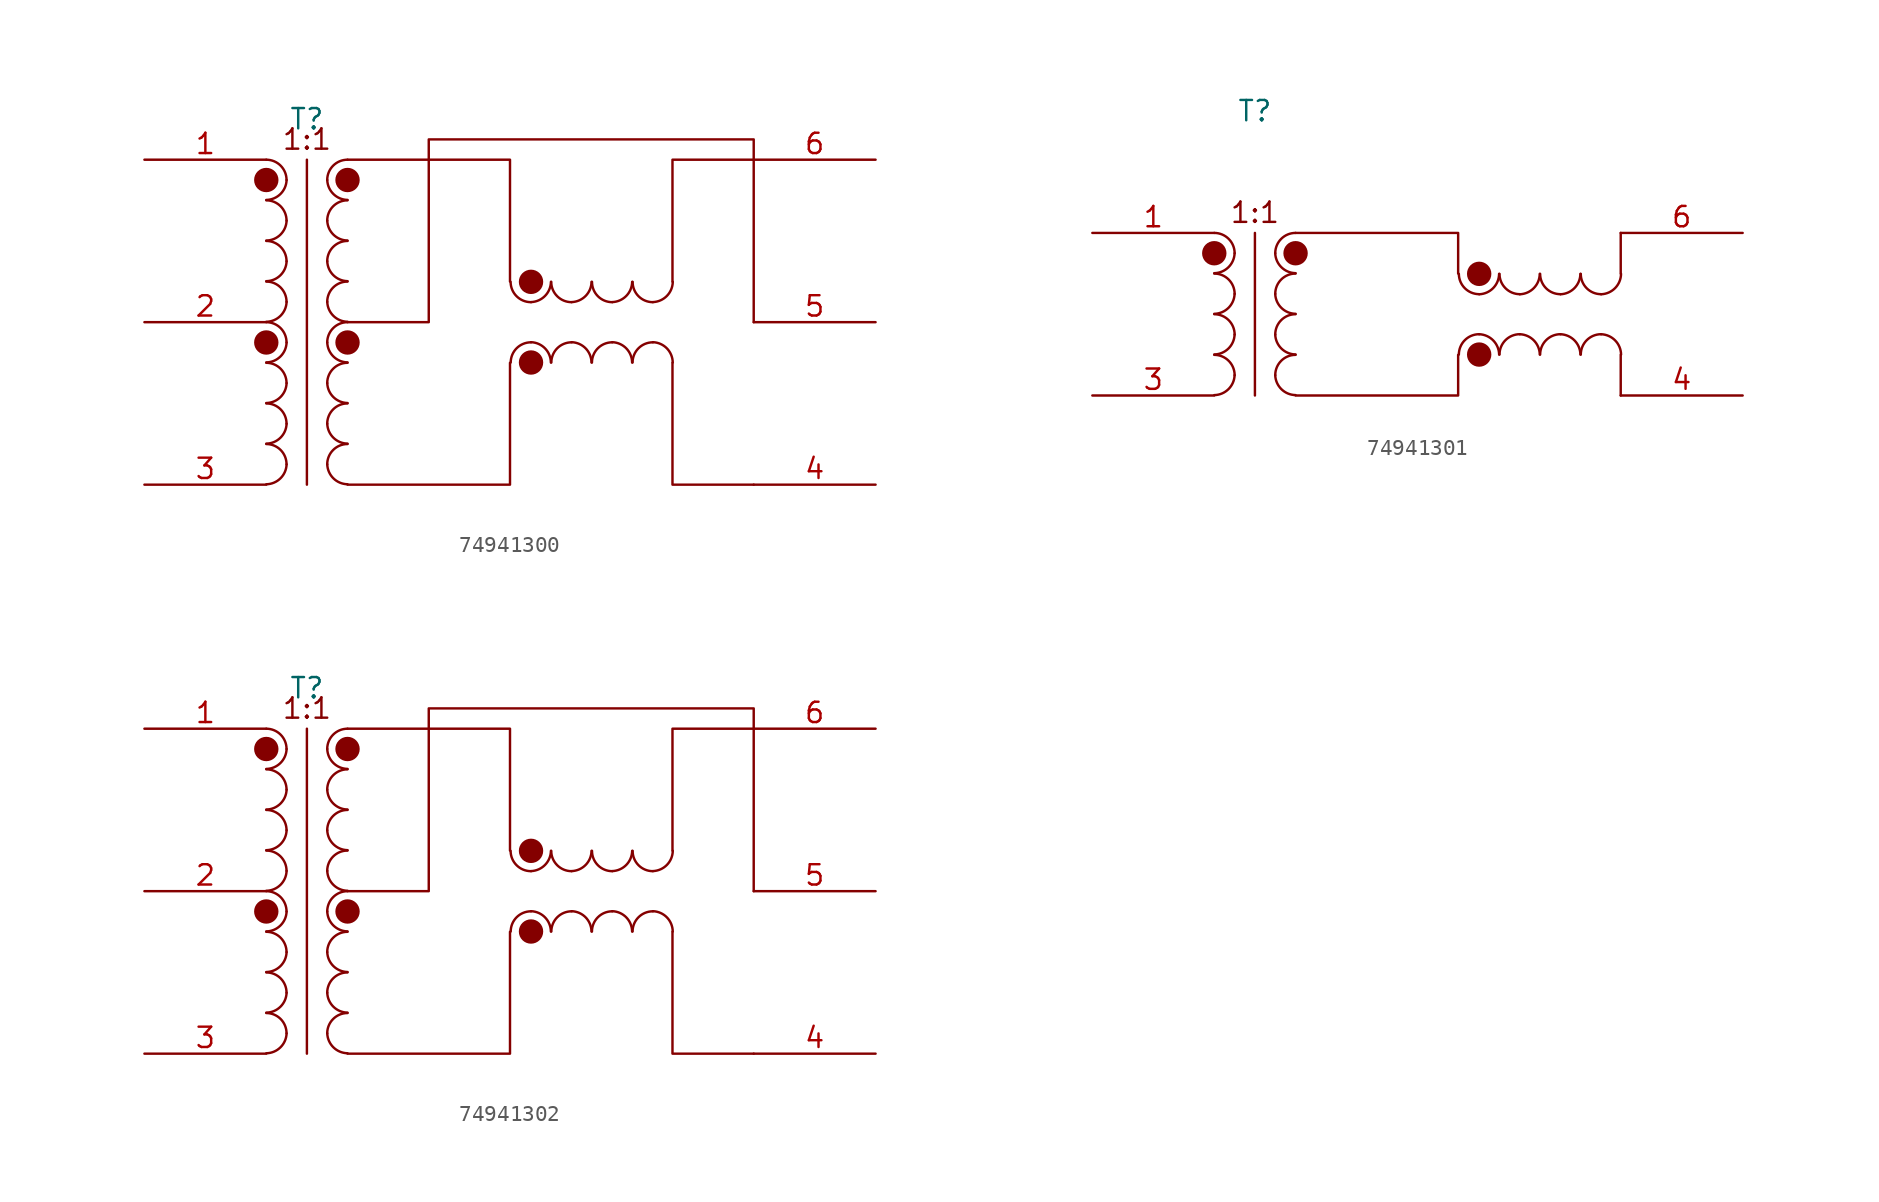
<source format=kicad_sym>
(kicad_symbol_lib
  (version 20220914)
  (generator kicad_symbol_editor)
  (symbol "74941300"
    (pin_names hide)
    (property "Reference" "T"
      (at 0 12.7 0)
      (effects (font (size 1.27 1.27))))
    (property "Critical Parameter" ""
      (at 0 -5.08 0)
      (effects (font (size 1.27 1.27)) (justify left)))
    (symbol "74941300_0_1"
      (arc (start -2.54 -10.1346) (mid -1.6561 -9.7663) (end -1.27 -8.89) (stroke (width 0) (type default)) (fill (type none)))
      (arc (start -2.54 -7.5946) (mid -1.6561 -7.2263) (end -1.27 -6.35) (stroke (width 0) (type default)) (fill (type none)))
      (arc (start -2.54 -5.0546) (mid -1.6561 -4.6863) (end -1.27 -3.81) (stroke (width 0) (type default)) (fill (type none)))
      (arc (start -2.54 -2.5146) (mid -1.6561 -2.1463) (end -1.27 -1.27) (stroke (width 0) (type default)) (fill (type none)))
      (arc (start -2.54 0.0254) (mid -1.6561 0.3937) (end -1.27 1.27) (stroke (width 0) (type default)) (fill (type none)))
      (arc (start -2.54 2.5654) (mid -1.6561 2.9337) (end -1.27 3.81) (stroke (width 0) (type default)) (fill (type none)))
      (arc (start -2.54 5.1054) (mid -1.6561 5.4737) (end -1.27 6.35) (stroke (width 0) (type default)) (fill (type none)))
      (arc (start -2.54 7.6454) (mid -1.6561 8.0137) (end -1.27 8.89) (stroke (width 0) (type default)) (fill (type none)))
      (arc (start -1.27 -8.89) (mid -1.642 -7.992) (end -2.54 -7.62) (stroke (width 0) (type default)) (fill (type none)))
      (arc (start -1.27 -6.35) (mid -1.642 -5.452) (end -2.54 -5.08) (stroke (width 0) (type default)) (fill (type none)))
      (arc (start -1.27 -3.81) (mid -1.642 -2.912) (end -2.54 -2.54) (stroke (width 0) (type default)) (fill (type none)))
      (arc (start -1.27 -1.27) (mid -1.642 -0.372) (end -2.54 0) (stroke (width 0) (type default)) (fill (type none)))
      (arc (start -1.27 1.27) (mid -1.642 2.168) (end -2.54 2.54) (stroke (width 0) (type default)) (fill (type none)))
      (arc (start -1.27 3.81) (mid -1.642 4.708) (end -2.54 5.08) (stroke (width 0) (type default)) (fill (type none)))
      (arc (start -1.27 6.35) (mid -1.642 7.248) (end -2.54 7.62) (stroke (width 0) (type default)) (fill (type none)))
      (arc (start -1.27 8.89) (mid -1.642 9.788) (end -2.54 10.16) (stroke (width 0) (type default)) (fill (type none)))
      (polyline (pts (xy 0 -10.16) (xy 0 10.16)) (stroke (width 0) (type default)) (fill (type none)))
      (polyline (pts (xy 2.54 -10.16) (xy 12.7 -10.16) (xy 12.7 -2.54)) (stroke (width 0) (type default)) (fill (type none)))
      (polyline (pts (xy 2.54 10.16) (xy 12.7 10.16) (xy 12.7 2.54)) (stroke (width 0) (type default)) (fill (type none)))
      (polyline (pts (xy 22.86 -2.54) (xy 22.86 -10.16) (xy 27.94 -10.16)) (stroke (width 0) (type default)) (fill (type none)))
      (polyline (pts (xy 22.86 2.54) (xy 22.86 10.16) (xy 27.94 10.16)) (stroke (width 0) (type default)) (fill (type none)))
      (polyline (pts (xy 2.54 0) (xy 7.62 0) (xy 7.62 11.43) (xy 27.94 11.43) (xy 27.94 0)) (stroke (width 0) (type default)) (fill (type none)))
      (arc (start 1.27 -8.89) (mid 1.6561 -9.7663) (end 2.54 -10.1346) (stroke (width 0) (type default)) (fill (type none)))
      (arc (start 1.27 -6.35) (mid 1.6561 -7.2263) (end 2.54 -7.5946) (stroke (width 0) (type default)) (fill (type none)))
      (arc (start 1.27 -3.81) (mid 1.6561 -4.6863) (end 2.54 -5.0546) (stroke (width 0) (type default)) (fill (type none)))
      (arc (start 1.27 -1.27) (mid 1.6561 -2.1463) (end 2.54 -2.5146) (stroke (width 0) (type default)) (fill (type none)))
      (arc (start 1.27 1.27) (mid 1.6561 0.3937) (end 2.54 0.0254) (stroke (width 0) (type default)) (fill (type none)))
      (arc (start 1.27 3.81) (mid 1.6561 2.9337) (end 2.54 2.5654) (stroke (width 0) (type default)) (fill (type none)))
      (arc (start 1.27 6.35) (mid 1.6561 5.4737) (end 2.54 5.1054) (stroke (width 0) (type default)) (fill (type none)))
      (arc (start 1.27 8.89) (mid 1.6561 8.0137) (end 2.54 7.6454) (stroke (width 0) (type default)) (fill (type none)))
      (arc (start 2.54 -7.62) (mid 1.642 -7.992) (end 1.27 -8.89) (stroke (width 0) (type default)) (fill (type none)))
      (arc (start 2.54 -5.08) (mid 1.642 -5.452) (end 1.27 -6.35) (stroke (width 0) (type default)) (fill (type none)))
      (arc (start 2.54 -2.54) (mid 1.642 -2.912) (end 1.27 -3.81) (stroke (width 0) (type default)) (fill (type none)))
      (arc (start 2.54 0) (mid 1.642 -0.372) (end 1.27 -1.27) (stroke (width 0) (type default)) (fill (type none)))
      (arc (start 2.54 2.54) (mid 1.642 2.168) (end 1.27 1.27) (stroke (width 0) (type default)) (fill (type none)))
      (arc (start 2.54 5.08) (mid 1.642 4.708) (end 1.27 3.81) (stroke (width 0) (type default)) (fill (type none)))
      (arc (start 2.54 7.62) (mid 1.642 7.248) (end 1.27 6.35) (stroke (width 0) (type default)) (fill (type none)))
      (arc (start 2.54 10.16) (mid 1.642 9.788) (end 1.27 8.89) (stroke (width 0) (type default)) (fill (type none)))
      (arc (start 12.7445 2.5215) (mid 13.1165 1.6235) (end 14.0145 1.2515) (stroke (width 0) (type default)) (fill (type none)))
      (arc (start 14.0145 -1.2515) (mid 13.1165 -1.6235) (end 12.7445 -2.5215) (stroke (width 0) (type default)) (fill (type none)))
      (arc (start 14.0145 1.2515) (mid 14.8908 1.6376) (end 15.2591 2.5215) (stroke (width 0) (type default)) (fill (type none)))
      (arc (start 15.2591 -2.5215) (mid 14.8908 -1.6376) (end 14.0145 -1.2515) (stroke (width 0) (type default)) (fill (type none)))
      (arc (start 15.2845 2.5215) (mid 15.6565 1.6235) (end 16.5545 1.2515) (stroke (width 0) (type default)) (fill (type none)))
      (arc (start 16.5545 -1.2515) (mid 15.6565 -1.6235) (end 15.2845 -2.5215) (stroke (width 0) (type default)) (fill (type none)))
      (arc (start 16.5545 1.2515) (mid 17.4308 1.6376) (end 17.7991 2.5215) (stroke (width 0) (type default)) (fill (type none)))
      (arc (start 17.7991 -2.5215) (mid 17.4308 -1.6376) (end 16.5545 -1.2515) (stroke (width 0) (type default)) (fill (type none)))
      (arc (start 17.8245 2.5215) (mid 18.1965 1.6235) (end 19.0945 1.2515) (stroke (width 0) (type default)) (fill (type none)))
      (arc (start 19.0945 -1.2515) (mid 18.1965 -1.6235) (end 17.8245 -2.5215) (stroke (width 0) (type default)) (fill (type none)))
      (arc (start 19.0945 1.2515) (mid 19.9708 1.6376) (end 20.3391 2.5215) (stroke (width 0) (type default)) (fill (type none)))
      (arc (start 20.3391 -2.5215) (mid 19.9708 -1.6376) (end 19.0945 -1.2515) (stroke (width 0) (type default)) (fill (type none)))
      (arc (start 20.3645 2.5215) (mid 20.7365 1.6235) (end 21.6345 1.2515) (stroke (width 0) (type default)) (fill (type none)))
      (arc (start 21.6345 -1.2515) (mid 20.7365 -1.6235) (end 20.3645 -2.5215) (stroke (width 0) (type default)) (fill (type none)))
      (arc (start 21.6345 1.2515) (mid 22.5108 1.6376) (end 22.8791 2.5215) (stroke (width 0) (type default)) (fill (type none)))
      (arc (start 22.8791 -2.5215) (mid 22.5108 -1.6376) (end 21.6345 -1.2515) (stroke (width 0) (type default)) (fill (type none))))
    (symbol "74941300_1_1"
      (circle (center -2.54 -1.27) (radius 0.0001) (stroke (width 0.762) (type default)) (fill (type none)))
      (circle (center -2.54 8.89) (radius 0.0001) (stroke (width 0.762) (type default)) (fill (type none)))
      (circle (center 2.54 -1.27) (radius 0.0001) (stroke (width 0.762) (type default)) (fill (type none)))
      (circle (center 2.54 8.89) (radius 0.0001) (stroke (width 0.762) (type default)) (fill (type none)))
      (circle (center 14.014 -2.522) (radius 0.0001) (stroke (width 0.762) (type default)) (fill (type none)))
      (circle (center 14.014 2.522) (radius 0.0001) (stroke (width 0.762) (type default)) (fill (type none)))
      (text "1:1" (at 0 11.43 0) (effects (font (size 1.27 1.27))))
      (pin passive line (at -10.16 10.16 0) (length 7.62) (name "1" (effects (font (size 1.27 1.27)))) (number "1" (effects (font (size 1.27 1.27)))))
      (pin passive line (at -10.16 0 0) (length 7.62) (name "2" (effects (font (size 1.27 1.27)))) (number "2" (effects (font (size 1.27 1.27)))))
      (pin passive line (at -10.16 -10.16 0) (length 7.62) (name "3" (effects (font (size 1.27 1.27)))) (number "3" (effects (font (size 1.27 1.27)))))
      (pin passive line (at 35.56 -10.16 180) (length 7.62) (name "4" (effects (font (size 1.27 1.27)))) (number "4" (effects (font (size 1.27 1.27)))))
      (pin passive line (at 35.56 0 180) (length 7.62) (name "5" (effects (font (size 1.27 1.27)))) (number "5" (effects (font (size 1.27 1.27)))))
      (pin passive line (at 35.56 10.16 180) (length 7.62) (name "6" (effects (font (size 1.27 1.27)))) (number "6" (effects (font (size 1.27 1.27)))))))
  (symbol "74941301"
    (pin_names hide)
    (property "Reference" "T"
      (at 0 12.7 0)
      (effects (font (size 1.27 1.27))))
    (property "Critical Parameter" ""
      (at 0 -5.08 0)
      (effects (font (size 1.27 1.27)) (justify left)))
    (symbol "74941301_0_1"
      (arc (start -2.54 -5.0546) (mid -1.6561 -4.6863) (end -1.27 -3.81) (stroke (width 0) (type default)) (fill (type none)))
      (arc (start -2.54 -2.5146) (mid -1.6561 -2.1463) (end -1.27 -1.27) (stroke (width 0) (type default)) (fill (type none)))
      (arc (start -2.54 0.0254) (mid -1.6561 0.3937) (end -1.27 1.27) (stroke (width 0) (type default)) (fill (type none)))
      (arc (start -2.54 2.5654) (mid -1.6561 2.9337) (end -1.27 3.81) (stroke (width 0) (type default)) (fill (type none)))
      (arc (start -1.27 -3.81) (mid -1.642 -2.912) (end -2.54 -2.54) (stroke (width 0) (type default)) (fill (type none)))
      (arc (start -1.27 -1.27) (mid -1.642 -0.372) (end -2.54 0) (stroke (width 0) (type default)) (fill (type none)))
      (arc (start -1.27 1.27) (mid -1.642 2.168) (end -2.54 2.54) (stroke (width 0) (type default)) (fill (type none)))
      (arc (start -1.27 3.81) (mid -1.642 4.708) (end -2.54 5.08) (stroke (width 0) (type default)) (fill (type none)))
      (polyline (pts (xy 0 -5.08) (xy 0 5.08)) (stroke (width 0) (type default)) (fill (type none)))
      (arc (start 1.27 -3.81) (mid 1.6561 -4.6863) (end 2.54 -5.0546) (stroke (width 0) (type default)) (fill (type none)))
      (arc (start 1.27 -1.27) (mid 1.6561 -2.1463) (end 2.54 -2.5146) (stroke (width 0) (type default)) (fill (type none)))
      (arc (start 1.27 1.27) (mid 1.6561 0.3937) (end 2.54 0.0254) (stroke (width 0) (type default)) (fill (type none)))
      (arc (start 1.27 3.81) (mid 1.6561 2.9337) (end 2.54 2.5654) (stroke (width 0) (type default)) (fill (type none)))
      (arc (start 2.54 -2.54) (mid 1.642 -2.912) (end 1.27 -3.81) (stroke (width 0) (type default)) (fill (type none)))
      (arc (start 2.54 0) (mid 1.642 -0.372) (end 1.27 -1.27) (stroke (width 0) (type default)) (fill (type none)))
      (arc (start 2.54 2.54) (mid 1.642 2.168) (end 1.27 1.27) (stroke (width 0) (type default)) (fill (type none)))
      (arc (start 2.54 5.08) (mid 1.642 4.708) (end 1.27 3.81) (stroke (width 0) (type default)) (fill (type none)))
      (arc (start 12.7445 2.5215) (mid 13.1165 1.6235) (end 14.0145 1.2515) (stroke (width 0) (type default)) (fill (type none)))
      (arc (start 14.0145 -1.2515) (mid 13.1165 -1.6235) (end 12.7445 -2.5215) (stroke (width 0) (type default)) (fill (type none)))
      (arc (start 14.0145 1.2515) (mid 14.8908 1.6376) (end 15.2591 2.5215) (stroke (width 0) (type default)) (fill (type none)))
      (arc (start 15.2591 -2.5215) (mid 14.8908 -1.6376) (end 14.0145 -1.2515) (stroke (width 0) (type default)) (fill (type none)))
      (arc (start 15.2845 2.5215) (mid 15.6565 1.6235) (end 16.5545 1.2515) (stroke (width 0) (type default)) (fill (type none)))
      (arc (start 16.5545 -1.2515) (mid 15.6565 -1.6235) (end 15.2845 -2.5215) (stroke (width 0) (type default)) (fill (type none)))
      (arc (start 16.5545 1.2515) (mid 17.4308 1.6376) (end 17.7991 2.5215) (stroke (width 0) (type default)) (fill (type none)))
      (arc (start 17.7991 -2.5215) (mid 17.4308 -1.6376) (end 16.5545 -1.2515) (stroke (width 0) (type default)) (fill (type none)))
      (arc (start 17.8245 2.5215) (mid 18.1965 1.6235) (end 19.0945 1.2515) (stroke (width 0) (type default)) (fill (type none)))
      (arc (start 19.0945 -1.2515) (mid 18.1965 -1.6235) (end 17.8245 -2.5215) (stroke (width 0) (type default)) (fill (type none)))
      (arc (start 19.0945 1.2515) (mid 19.9708 1.6376) (end 20.3391 2.5215) (stroke (width 0) (type default)) (fill (type none)))
      (arc (start 20.3391 -2.5215) (mid 19.9708 -1.6376) (end 19.0945 -1.2515) (stroke (width 0) (type default)) (fill (type none)))
      (arc (start 20.3645 2.5215) (mid 20.7365 1.6235) (end 21.6345 1.2515) (stroke (width 0) (type default)) (fill (type none)))
      (arc (start 21.6345 -1.2515) (mid 20.7365 -1.6235) (end 20.3645 -2.5215) (stroke (width 0) (type default)) (fill (type none)))
      (arc (start 21.6345 1.2515) (mid 22.5108 1.6376) (end 22.8791 2.5215) (stroke (width 0) (type default)) (fill (type none)))
      (arc (start 22.8791 -2.5215) (mid 22.5108 -1.6376) (end 21.6345 -1.2515) (stroke (width 0) (type default)) (fill (type none))))
    (symbol "74941301_1_1"
      (circle (center -2.54 3.81) (radius 0.0001) (stroke (width 0.762) (type default)) (fill (type none)))
      (polyline (pts (xy 22.86 -2.54) (xy 22.86 -5.08)) (stroke (width 0) (type default)) (fill (type none)))
      (polyline (pts (xy 22.86 2.54) (xy 22.86 5.08)) (stroke (width 0) (type default)) (fill (type none)))
      (polyline (pts (xy 2.54 -5.08) (xy 12.7 -5.08) (xy 12.7 -2.54)) (stroke (width 0) (type default)) (fill (type none)))
      (polyline (pts (xy 2.54 5.08) (xy 12.7 5.08) (xy 12.7 2.54)) (stroke (width 0) (type default)) (fill (type none)))
      (circle (center 2.54 3.81) (radius 0.0001) (stroke (width 0.762) (type default)) (fill (type none)))
      (circle (center 14.014 -2.522) (radius 0.0001) (stroke (width 0.762) (type default)) (fill (type none)))
      (circle (center 14.014 2.522) (radius 0.0001) (stroke (width 0.762) (type default)) (fill (type none)))
      (text "1:1" (at 0 6.35 0) (effects (font (size 1.27 1.27))))
      (pin passive line (at -10.16 5.08 0) (length 7.62) (name "1" (effects (font (size 1.27 1.27)))) (number "1" (effects (font (size 1.27 1.27)))))
      (pin passive line (at -10.16 -5.08 0) (length 7.62) (name "3" (effects (font (size 1.27 1.27)))) (number "3" (effects (font (size 1.27 1.27)))))
      (pin passive line (at 30.48 -5.08 180) (length 7.62) (name "4" (effects (font (size 1.27 1.27)))) (number "4" (effects (font (size 1.27 1.27)))))
      (pin passive line (at 30.48 5.08 180) (length 7.62) (name "6" (effects (font (size 1.27 1.27)))) (number "6" (effects (font (size 1.27 1.27)))))))
  (symbol "74941302"
    (pin_names hide)
    (property "Reference" "T"
      (at 0 12.7 0)
      (effects (font (size 1.27 1.27))))
    (property "Critical Parameter" ""
      (at 0 -5.08 0)
      (effects (font (size 1.27 1.27)) (justify left)))
    (symbol "74941302_0_1"
      (arc (start -2.54 -10.1346) (mid -1.6561 -9.7663) (end -1.27 -8.89) (stroke (width 0) (type default)) (fill (type none)))
      (arc (start -2.54 -7.5946) (mid -1.6561 -7.2263) (end -1.27 -6.35) (stroke (width 0) (type default)) (fill (type none)))
      (arc (start -2.54 -5.0546) (mid -1.6561 -4.6863) (end -1.27 -3.81) (stroke (width 0) (type default)) (fill (type none)))
      (arc (start -2.54 -2.5146) (mid -1.6561 -2.1463) (end -1.27 -1.27) (stroke (width 0) (type default)) (fill (type none)))
      (arc (start -2.54 0.0254) (mid -1.6561 0.3937) (end -1.27 1.27) (stroke (width 0) (type default)) (fill (type none)))
      (arc (start -2.54 2.5654) (mid -1.6561 2.9337) (end -1.27 3.81) (stroke (width 0) (type default)) (fill (type none)))
      (arc (start -2.54 5.1054) (mid -1.6561 5.4737) (end -1.27 6.35) (stroke (width 0) (type default)) (fill (type none)))
      (arc (start -2.54 7.6454) (mid -1.6561 8.0137) (end -1.27 8.89) (stroke (width 0) (type default)) (fill (type none)))
      (arc (start -1.27 -8.89) (mid -1.642 -7.992) (end -2.54 -7.62) (stroke (width 0) (type default)) (fill (type none)))
      (arc (start -1.27 -6.35) (mid -1.642 -5.452) (end -2.54 -5.08) (stroke (width 0) (type default)) (fill (type none)))
      (arc (start -1.27 -3.81) (mid -1.642 -2.912) (end -2.54 -2.54) (stroke (width 0) (type default)) (fill (type none)))
      (arc (start -1.27 -1.27) (mid -1.642 -0.372) (end -2.54 0) (stroke (width 0) (type default)) (fill (type none)))
      (arc (start -1.27 1.27) (mid -1.642 2.168) (end -2.54 2.54) (stroke (width 0) (type default)) (fill (type none)))
      (arc (start -1.27 3.81) (mid -1.642 4.708) (end -2.54 5.08) (stroke (width 0) (type default)) (fill (type none)))
      (arc (start -1.27 6.35) (mid -1.642 7.248) (end -2.54 7.62) (stroke (width 0) (type default)) (fill (type none)))
      (arc (start -1.27 8.89) (mid -1.642 9.788) (end -2.54 10.16) (stroke (width 0) (type default)) (fill (type none)))
      (polyline (pts (xy 0 -10.16) (xy 0 10.16)) (stroke (width 0) (type default)) (fill (type none)))
      (polyline (pts (xy 2.54 -10.16) (xy 12.7 -10.16) (xy 12.7 -2.54)) (stroke (width 0) (type default)) (fill (type none)))
      (polyline (pts (xy 2.54 10.16) (xy 12.7 10.16) (xy 12.7 2.54)) (stroke (width 0) (type default)) (fill (type none)))
      (polyline (pts (xy 22.86 -2.54) (xy 22.86 -10.16) (xy 27.94 -10.16)) (stroke (width 0) (type default)) (fill (type none)))
      (polyline (pts (xy 22.86 2.54) (xy 22.86 10.16) (xy 27.94 10.16)) (stroke (width 0) (type default)) (fill (type none)))
      (polyline (pts (xy 2.54 0) (xy 7.62 0) (xy 7.62 11.43) (xy 27.94 11.43) (xy 27.94 0)) (stroke (width 0) (type default)) (fill (type none)))
      (arc (start 1.27 -8.89) (mid 1.6561 -9.7663) (end 2.54 -10.1346) (stroke (width 0) (type default)) (fill (type none)))
      (arc (start 1.27 -6.35) (mid 1.6561 -7.2263) (end 2.54 -7.5946) (stroke (width 0) (type default)) (fill (type none)))
      (arc (start 1.27 -3.81) (mid 1.6561 -4.6863) (end 2.54 -5.0546) (stroke (width 0) (type default)) (fill (type none)))
      (arc (start 1.27 -1.27) (mid 1.6561 -2.1463) (end 2.54 -2.5146) (stroke (width 0) (type default)) (fill (type none)))
      (arc (start 1.27 1.27) (mid 1.6561 0.3937) (end 2.54 0.0254) (stroke (width 0) (type default)) (fill (type none)))
      (arc (start 1.27 3.81) (mid 1.6561 2.9337) (end 2.54 2.5654) (stroke (width 0) (type default)) (fill (type none)))
      (arc (start 1.27 6.35) (mid 1.6561 5.4737) (end 2.54 5.1054) (stroke (width 0) (type default)) (fill (type none)))
      (arc (start 1.27 8.89) (mid 1.6561 8.0137) (end 2.54 7.6454) (stroke (width 0) (type default)) (fill (type none)))
      (arc (start 2.54 -7.62) (mid 1.642 -7.992) (end 1.27 -8.89) (stroke (width 0) (type default)) (fill (type none)))
      (arc (start 2.54 -5.08) (mid 1.642 -5.452) (end 1.27 -6.35) (stroke (width 0) (type default)) (fill (type none)))
      (arc (start 2.54 -2.54) (mid 1.642 -2.912) (end 1.27 -3.81) (stroke (width 0) (type default)) (fill (type none)))
      (arc (start 2.54 0) (mid 1.642 -0.372) (end 1.27 -1.27) (stroke (width 0) (type default)) (fill (type none)))
      (arc (start 2.54 2.54) (mid 1.642 2.168) (end 1.27 1.27) (stroke (width 0) (type default)) (fill (type none)))
      (arc (start 2.54 5.08) (mid 1.642 4.708) (end 1.27 3.81) (stroke (width 0) (type default)) (fill (type none)))
      (arc (start 2.54 7.62) (mid 1.642 7.248) (end 1.27 6.35) (stroke (width 0) (type default)) (fill (type none)))
      (arc (start 2.54 10.16) (mid 1.642 9.788) (end 1.27 8.89) (stroke (width 0) (type default)) (fill (type none)))
      (arc (start 12.7445 2.5215) (mid 13.1165 1.6235) (end 14.0145 1.2515) (stroke (width 0) (type default)) (fill (type none)))
      (arc (start 14.0145 -1.2515) (mid 13.1165 -1.6235) (end 12.7445 -2.5215) (stroke (width 0) (type default)) (fill (type none)))
      (arc (start 14.0145 1.2515) (mid 14.8908 1.6376) (end 15.2591 2.5215) (stroke (width 0) (type default)) (fill (type none)))
      (arc (start 15.2591 -2.5215) (mid 14.8908 -1.6376) (end 14.0145 -1.2515) (stroke (width 0) (type default)) (fill (type none)))
      (arc (start 15.2845 2.5215) (mid 15.6565 1.6235) (end 16.5545 1.2515) (stroke (width 0) (type default)) (fill (type none)))
      (arc (start 16.5545 -1.2515) (mid 15.6565 -1.6235) (end 15.2845 -2.5215) (stroke (width 0) (type default)) (fill (type none)))
      (arc (start 16.5545 1.2515) (mid 17.4308 1.6376) (end 17.7991 2.5215) (stroke (width 0) (type default)) (fill (type none)))
      (arc (start 17.7991 -2.5215) (mid 17.4308 -1.6376) (end 16.5545 -1.2515) (stroke (width 0) (type default)) (fill (type none)))
      (arc (start 17.8245 2.5215) (mid 18.1965 1.6235) (end 19.0945 1.2515) (stroke (width 0) (type default)) (fill (type none)))
      (arc (start 19.0945 -1.2515) (mid 18.1965 -1.6235) (end 17.8245 -2.5215) (stroke (width 0) (type default)) (fill (type none)))
      (arc (start 19.0945 1.2515) (mid 19.9708 1.6376) (end 20.3391 2.5215) (stroke (width 0) (type default)) (fill (type none)))
      (arc (start 20.3391 -2.5215) (mid 19.9708 -1.6376) (end 19.0945 -1.2515) (stroke (width 0) (type default)) (fill (type none)))
      (arc (start 20.3645 2.5215) (mid 20.7365 1.6235) (end 21.6345 1.2515) (stroke (width 0) (type default)) (fill (type none)))
      (arc (start 21.6345 -1.2515) (mid 20.7365 -1.6235) (end 20.3645 -2.5215) (stroke (width 0) (type default)) (fill (type none)))
      (arc (start 21.6345 1.2515) (mid 22.5108 1.6376) (end 22.8791 2.5215) (stroke (width 0) (type default)) (fill (type none)))
      (arc (start 22.8791 -2.5215) (mid 22.5108 -1.6376) (end 21.6345 -1.2515) (stroke (width 0) (type default)) (fill (type none))))
    (symbol "74941302_1_1"
      (circle (center -2.54 -1.27) (radius 0.0001) (stroke (width 0.762) (type default)) (fill (type none)))
      (circle (center -2.54 8.89) (radius 0.0001) (stroke (width 0.762) (type default)) (fill (type none)))
      (circle (center 2.54 -1.27) (radius 0.0001) (stroke (width 0.762) (type default)) (fill (type none)))
      (circle (center 2.54 8.89) (radius 0.0001) (stroke (width 0.762) (type default)) (fill (type none)))
      (circle (center 14.014 -2.522) (radius 0.0001) (stroke (width 0.762) (type default)) (fill (type none)))
      (circle (center 14.014 2.522) (radius 0.0001) (stroke (width 0.762) (type default)) (fill (type none)))
      (text "1:1" (at 0 11.43 0) (effects (font (size 1.27 1.27))))
      (pin passive line (at -10.16 10.16 0) (length 7.62) (name "1" (effects (font (size 1.27 1.27)))) (number "1" (effects (font (size 1.27 1.27)))))
      (pin passive line (at -10.16 0 0) (length 7.62) (name "2" (effects (font (size 1.27 1.27)))) (number "2" (effects (font (size 1.27 1.27)))))
      (pin passive line (at -10.16 -10.16 0) (length 7.62) (name "3" (effects (font (size 1.27 1.27)))) (number "3" (effects (font (size 1.27 1.27)))))
      (pin passive line (at 35.56 -10.16 180) (length 7.62) (name "4" (effects (font (size 1.27 1.27)))) (number "4" (effects (font (size 1.27 1.27)))))
      (pin passive line (at 35.56 0 180) (length 7.62) (name "5" (effects (font (size 1.27 1.27)))) (number "5" (effects (font (size 1.27 1.27)))))
      (pin passive line (at 35.56 10.16 180) (length 7.62) (name "6" (effects (font (size 1.27 1.27)))) (number "6" (effects (font (size 1.27 1.27))))))))
</source>
